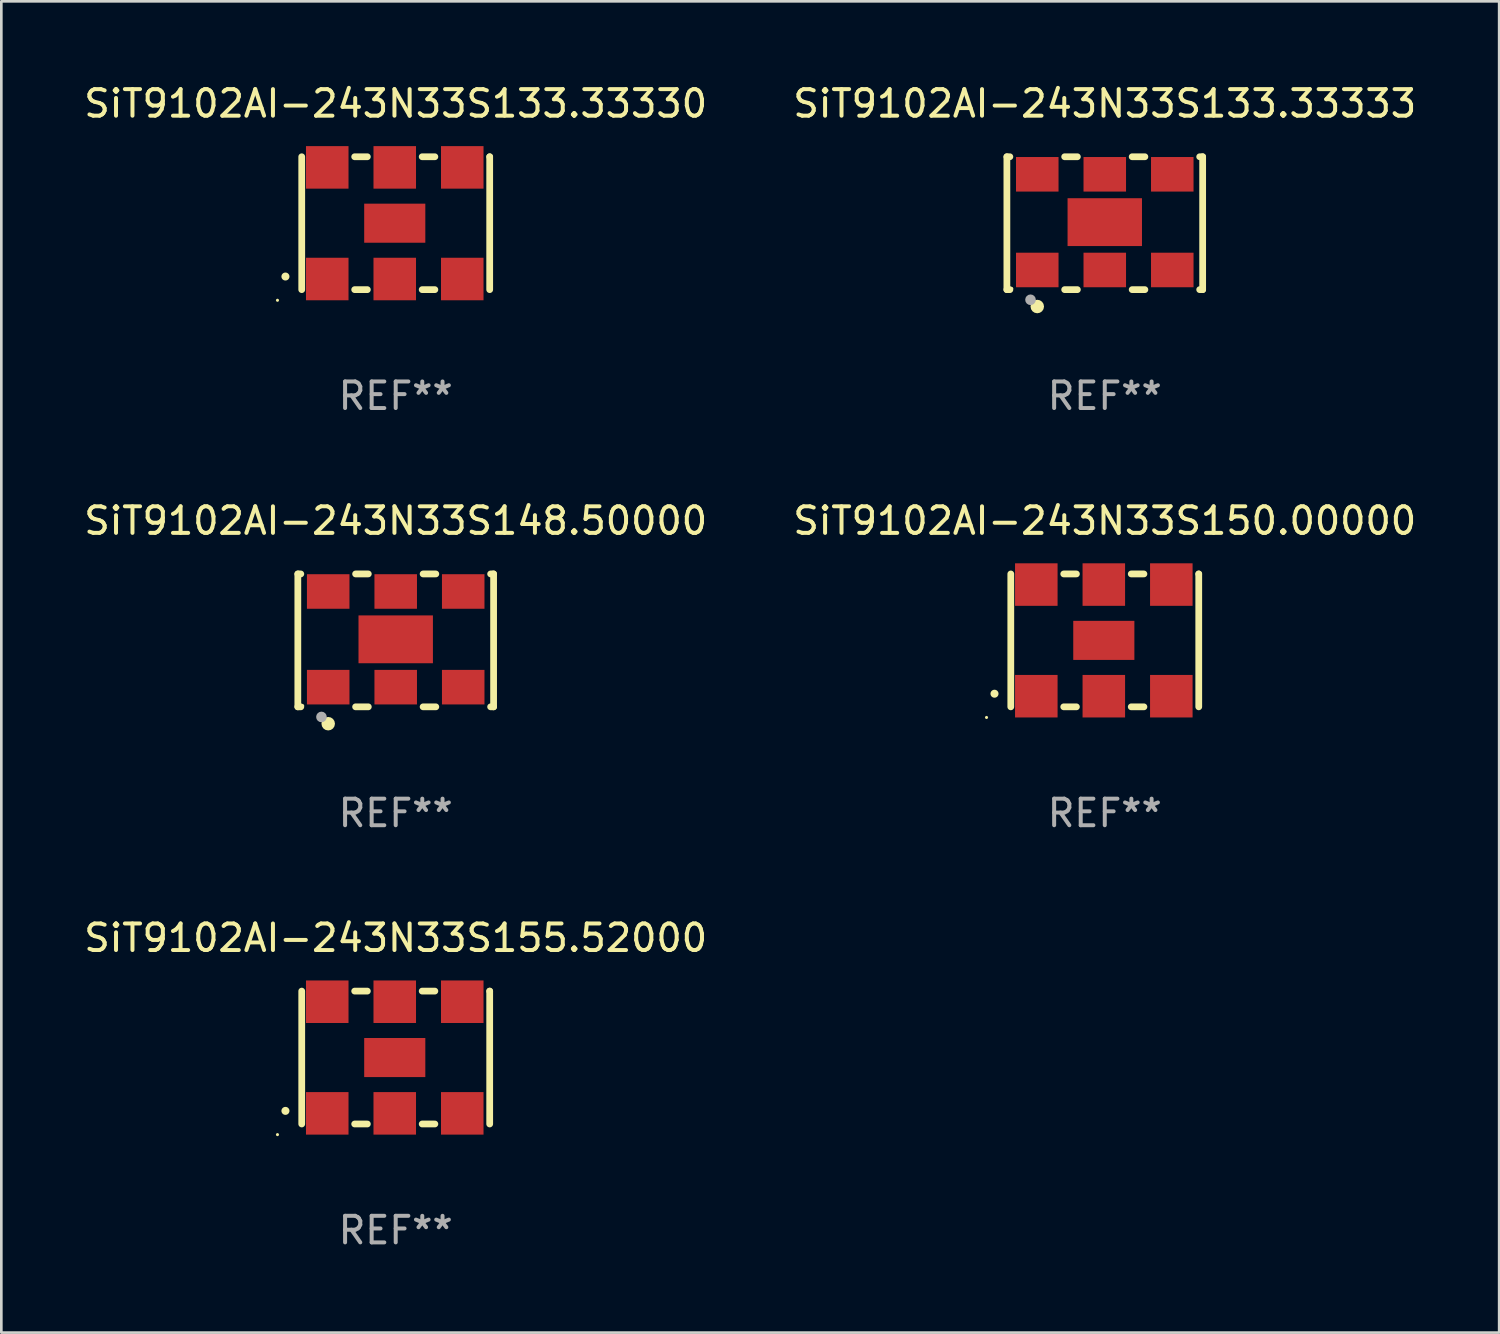
<source format=kicad_pcb>
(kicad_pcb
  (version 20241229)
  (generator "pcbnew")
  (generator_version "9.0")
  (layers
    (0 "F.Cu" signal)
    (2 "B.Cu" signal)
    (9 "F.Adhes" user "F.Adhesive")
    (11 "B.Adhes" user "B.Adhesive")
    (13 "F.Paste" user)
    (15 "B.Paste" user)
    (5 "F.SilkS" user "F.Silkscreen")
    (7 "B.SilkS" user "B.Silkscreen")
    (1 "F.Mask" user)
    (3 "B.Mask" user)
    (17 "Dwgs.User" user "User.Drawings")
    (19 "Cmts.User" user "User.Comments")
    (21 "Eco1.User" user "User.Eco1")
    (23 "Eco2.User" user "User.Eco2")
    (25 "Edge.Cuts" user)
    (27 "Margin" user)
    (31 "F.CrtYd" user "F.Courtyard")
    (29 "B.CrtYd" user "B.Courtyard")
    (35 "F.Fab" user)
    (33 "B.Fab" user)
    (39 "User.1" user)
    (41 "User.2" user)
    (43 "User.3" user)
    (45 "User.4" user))
  (footprint "SiT9102AI-243N33S133.33333"
    (layer "F.Cu")
    (at 38.518 5.348)
    (property "Reference" "SiT9102AI-243N33S133.33333" (at 0 -4.5 0) (layer "F.SilkS") (effects (font (size 1 1) (thickness 0.15))))
    (attr through_hole)
    (fp_line (start -3.683 -2.5) (end -3.571 -2.5) (stroke (width 0.254) (type solid)) (layer "F.SilkS"))
    (fp_line (start -3.683 2.5) (end -3.683 -2.5) (stroke (width 0.254) (type solid)) (layer "F.SilkS"))
    (fp_line (start -3.683 2.5) (end -3.571 2.5) (stroke (width 0.254) (type solid)) (layer "F.SilkS"))
    (fp_line (start -1.509 -2.5) (end -1.031 -2.5) (stroke (width 0.254) (type solid)) (layer "F.SilkS"))
    (fp_line (start -1.509 2.5) (end -1.031 2.5) (stroke (width 0.254) (type solid)) (layer "F.SilkS"))
    (fp_line (start 1.031 -2.5) (end 1.509 -2.5) (stroke (width 0.254) (type solid)) (layer "F.SilkS"))
    (fp_line (start 1.031 2.5) (end 1.509 2.5) (stroke (width 0.254) (type solid)) (layer "F.SilkS"))
    (fp_line (start 3.571 -2.5) (end 3.683 -2.5) (stroke (width 0.254) (type solid)) (layer "F.SilkS"))
    (fp_line (start 3.571 2.5) (end 3.683 2.5) (stroke (width 0.254) (type solid)) (layer "F.SilkS"))
    (fp_line (start 3.683 2.5) (end 3.683 -2.5) (stroke (width 0.254) (type solid)) (layer "F.SilkS"))
    (fp_circle (center -3.5 2.46) (end -3.47 2.46) (stroke (width 0.06) (type solid)) (fill no) (layer "F.SilkS"))
    (fp_circle (center -2.54 3.135) (end -2.413 3.135) (stroke (width 0.254) (type solid)) (fill no) (layer "F.SilkS"))
    (fp_circle (center -2.794 2.881) (end -2.694 2.881) (stroke (width 0.2) (type solid)) (fill no) (layer "F.Fab"))
    (fp_text user "REF**" (at 0 6.5 0) (layer "F.Fab") (effects (font (size 1 1) (thickness 0.15))))
    (pad "1" smd rect (at -2.54 1.76) (size 1.6 1.3) (layers "F.Cu" "F.Mask" "F.Paste"))
    (pad "2" smd rect (at 0 1.76) (size 1.6 1.3) (layers "F.Cu" "F.Mask" "F.Paste"))
    (pad "3" smd rect (at 2.54 1.76) (size 1.6 1.3) (layers "F.Cu" "F.Mask" "F.Paste"))
    (pad "4" smd rect (at 2.54 -1.84) (size 1.6 1.3) (layers "F.Cu" "F.Mask" "F.Paste"))
    (pad "5" smd rect (at 0 -1.84) (size 1.6 1.3) (layers "F.Cu" "F.Mask" "F.Paste"))
    (pad "6" smd rect (at -2.54 -1.84) (size 1.6 1.3) (layers "F.Cu" "F.Mask" "F.Paste"))
    (pad "7" smd rect (at 0 -0.04) (size 2.8 1.8) (layers "F.Cu" "F.Mask" "F.Paste")))
  (footprint "SiT9102AI-243N33S155.52000"
    (layer "F.Cu")
    (at 11.839 36.741)
    (property "Reference" "SiT9102AI-243N33S155.52000" (at 0 -4.5 0) (layer "F.SilkS") (effects (font (size 1 1) (thickness 0.15))))
    (attr through_hole)
    (fp_line (start -3.536 -2.5) (end -3.536 2.5) (stroke (width 0.254) (type solid)) (layer "F.SilkS"))
    (fp_line (start -1.544 2.5) (end -1.067 2.5) (stroke (width 0.254) (type solid)) (layer "F.SilkS"))
    (fp_line (start -1.067 -2.5) (end -1.544 -2.5) (stroke (width 0.254) (type solid)) (layer "F.SilkS"))
    (fp_line (start 0.996 2.5) (end 1.473 2.5) (stroke (width 0.254) (type solid)) (layer "F.SilkS"))
    (fp_line (start 1.473 -2.5) (end 0.996 -2.5) (stroke (width 0.254) (type solid)) (layer "F.SilkS"))
    (fp_line (start 3.536 -2.5) (end 3.536 -2.5) (stroke (width 0.254) (type solid)) (layer "F.SilkS"))
    (fp_line (start 3.536 2.5) (end 3.536 -2.5) (stroke (width 0.254) (type solid)) (layer "F.SilkS"))
    (fp_arc (start -4.150432 2.006604) (mid -4.149162 2.006599) (end -4.147892 2.006604) (stroke (width 0.3) (type solid)) (layer "F.SilkS"))
    (fp_circle (center -4.449 2.9) (end -4.419 2.9) (stroke (width 0.06) (type solid)) (fill no) (layer "F.SilkS"))
    (fp_text user "REF**" (at 0 6.5 0) (layer "F.Fab") (effects (font (size 1 1) (thickness 0.15))))
    (pad "1" smd rect (at -2.576 2.1) (size 1.6 1.6) (layers "F.Cu" "F.Mask" "F.Paste"))
    (pad "2" smd rect (at -0.036 2.1) (size 1.6 1.6) (layers "F.Cu" "F.Mask" "F.Paste"))
    (pad "3" smd rect (at 2.504 2.1) (size 1.6 1.6) (layers "F.Cu" "F.Mask" "F.Paste"))
    (pad "4" smd rect (at 2.504 -2.1) (size 1.6 1.6) (layers "F.Cu" "F.Mask" "F.Paste"))
    (pad "5" smd rect (at -0.036 -2.1) (size 1.6 1.6) (layers "F.Cu" "F.Mask" "F.Paste"))
    (pad "6" smd rect (at -2.576 -2.1) (size 1.6 1.6) (layers "F.Cu" "F.Mask" "F.Paste"))
    (pad "7" smd rect (at -0.036 0) (size 2.3 1.47) (layers "F.Cu" "F.Mask" "F.Paste")))
  (footprint "SiT9102AI-243N33S148.50000"
    (layer "F.Cu")
    (at 11.839 21.045)
    (property "Reference" "SiT9102AI-243N33S148.50000" (at 0 -4.5 0) (layer "F.SilkS") (effects (font (size 1 1) (thickness 0.15))))
    (attr through_hole)
    (fp_line (start -3.683 -2.5) (end -3.571 -2.5) (stroke (width 0.254) (type solid)) (layer "F.SilkS"))
    (fp_line (start -3.683 2.5) (end -3.683 -2.5) (stroke (width 0.254) (type solid)) (layer "F.SilkS"))
    (fp_line (start -3.683 2.5) (end -3.571 2.5) (stroke (width 0.254) (type solid)) (layer "F.SilkS"))
    (fp_line (start -1.509 -2.5) (end -1.031 -2.5) (stroke (width 0.254) (type solid)) (layer "F.SilkS"))
    (fp_line (start -1.509 2.5) (end -1.031 2.5) (stroke (width 0.254) (type solid)) (layer "F.SilkS"))
    (fp_line (start 1.031 -2.5) (end 1.509 -2.5) (stroke (width 0.254) (type solid)) (layer "F.SilkS"))
    (fp_line (start 1.031 2.5) (end 1.509 2.5) (stroke (width 0.254) (type solid)) (layer "F.SilkS"))
    (fp_line (start 3.571 -2.5) (end 3.683 -2.5) (stroke (width 0.254) (type solid)) (layer "F.SilkS"))
    (fp_line (start 3.571 2.5) (end 3.683 2.5) (stroke (width 0.254) (type solid)) (layer "F.SilkS"))
    (fp_line (start 3.683 2.5) (end 3.683 -2.5) (stroke (width 0.254) (type solid)) (layer "F.SilkS"))
    (fp_circle (center -3.5 2.46) (end -3.47 2.46) (stroke (width 0.06) (type solid)) (fill no) (layer "F.SilkS"))
    (fp_circle (center -2.54 3.135) (end -2.413 3.135) (stroke (width 0.254) (type solid)) (fill no) (layer "F.SilkS"))
    (fp_circle (center -2.794 2.881) (end -2.694 2.881) (stroke (width 0.2) (type solid)) (fill no) (layer "F.Fab"))
    (fp_text user "REF**" (at 0 6.5 0) (layer "F.Fab") (effects (font (size 1 1) (thickness 0.15))))
    (pad "1" smd rect (at -2.54 1.76) (size 1.6 1.3) (layers "F.Cu" "F.Mask" "F.Paste"))
    (pad "2" smd rect (at 0 1.76) (size 1.6 1.3) (layers "F.Cu" "F.Mask" "F.Paste"))
    (pad "3" smd rect (at 2.54 1.76) (size 1.6 1.3) (layers "F.Cu" "F.Mask" "F.Paste"))
    (pad "4" smd rect (at 2.54 -1.84) (size 1.6 1.3) (layers "F.Cu" "F.Mask" "F.Paste"))
    (pad "5" smd rect (at 0 -1.84) (size 1.6 1.3) (layers "F.Cu" "F.Mask" "F.Paste"))
    (pad "6" smd rect (at -2.54 -1.84) (size 1.6 1.3) (layers "F.Cu" "F.Mask" "F.Paste"))
    (pad "7" smd rect (at 0 -0.04) (size 2.8 1.8) (layers "F.Cu" "F.Mask" "F.Paste")))
  (footprint "SiT9102AI-243N33S150.00000"
    (layer "F.Cu")
    (at 38.518 21.045)
    (property "Reference" "SiT9102AI-243N33S150.00000" (at 0 -4.5 0) (layer "F.SilkS") (effects (font (size 1 1) (thickness 0.15))))
    (attr through_hole)
    (fp_line (start -3.536 -2.5) (end -3.536 2.5) (stroke (width 0.254) (type solid)) (layer "F.SilkS"))
    (fp_line (start -1.544 2.5) (end -1.067 2.5) (stroke (width 0.254) (type solid)) (layer "F.SilkS"))
    (fp_line (start -1.067 -2.5) (end -1.544 -2.5) (stroke (width 0.254) (type solid)) (layer "F.SilkS"))
    (fp_line (start 0.996 2.5) (end 1.473 2.5) (stroke (width 0.254) (type solid)) (layer "F.SilkS"))
    (fp_line (start 1.473 -2.5) (end 0.996 -2.5) (stroke (width 0.254) (type solid)) (layer "F.SilkS"))
    (fp_line (start 3.536 -2.5) (end 3.536 -2.5) (stroke (width 0.254) (type solid)) (layer "F.SilkS"))
    (fp_line (start 3.536 2.5) (end 3.536 -2.5) (stroke (width 0.254) (type solid)) (layer "F.SilkS"))
    (fp_arc (start -4.150432 2.006604) (mid -4.149162 2.006599) (end -4.147892 2.006604) (stroke (width 0.3) (type solid)) (layer "F.SilkS"))
    (fp_circle (center -4.449 2.9) (end -4.419 2.9) (stroke (width 0.06) (type solid)) (fill no) (layer "F.SilkS"))
    (fp_text user "REF**" (at 0 6.5 0) (layer "F.Fab") (effects (font (size 1 1) (thickness 0.15))))
    (pad "1" smd rect (at -2.576 2.1) (size 1.6 1.6) (layers "F.Cu" "F.Mask" "F.Paste"))
    (pad "2" smd rect (at -0.036 2.1) (size 1.6 1.6) (layers "F.Cu" "F.Mask" "F.Paste"))
    (pad "3" smd rect (at 2.504 2.1) (size 1.6 1.6) (layers "F.Cu" "F.Mask" "F.Paste"))
    (pad "4" smd rect (at 2.504 -2.1) (size 1.6 1.6) (layers "F.Cu" "F.Mask" "F.Paste"))
    (pad "5" smd rect (at -0.036 -2.1) (size 1.6 1.6) (layers "F.Cu" "F.Mask" "F.Paste"))
    (pad "6" smd rect (at -2.576 -2.1) (size 1.6 1.6) (layers "F.Cu" "F.Mask" "F.Paste"))
    (pad "7" smd rect (at -0.036 0) (size 2.3 1.47) (layers "F.Cu" "F.Mask" "F.Paste")))
  (footprint "SiT9102AI-243N33S133.33330"
    (layer "F.Cu")
    (at 11.839 5.348)
    (property "Reference" "SiT9102AI-243N33S133.33330" (at 0 -4.5 0) (layer "F.SilkS") (effects (font (size 1 1) (thickness 0.15))))
    (attr through_hole)
    (fp_line (start -3.536 -2.5) (end -3.536 2.5) (stroke (width 0.254) (type solid)) (layer "F.SilkS"))
    (fp_line (start -1.544 2.5) (end -1.067 2.5) (stroke (width 0.254) (type solid)) (layer "F.SilkS"))
    (fp_line (start -1.067 -2.5) (end -1.544 -2.5) (stroke (width 0.254) (type solid)) (layer "F.SilkS"))
    (fp_line (start 0.996 2.5) (end 1.473 2.5) (stroke (width 0.254) (type solid)) (layer "F.SilkS"))
    (fp_line (start 1.473 -2.5) (end 0.996 -2.5) (stroke (width 0.254) (type solid)) (layer "F.SilkS"))
    (fp_line (start 3.536 -2.5) (end 3.536 -2.5) (stroke (width 0.254) (type solid)) (layer "F.SilkS"))
    (fp_line (start 3.536 2.5) (end 3.536 -2.5) (stroke (width 0.254) (type solid)) (layer "F.SilkS"))
    (fp_arc (start -4.150432 2.006604) (mid -4.149162 2.006599) (end -4.147892 2.006604) (stroke (width 0.3) (type solid)) (layer "F.SilkS"))
    (fp_circle (center -4.449 2.9) (end -4.419 2.9) (stroke (width 0.06) (type solid)) (fill no) (layer "F.SilkS"))
    (fp_text user "REF**" (at 0 6.5 0) (layer "F.Fab") (effects (font (size 1 1) (thickness 0.15))))
    (pad "1" smd rect (at -2.576 2.1) (size 1.6 1.6) (layers "F.Cu" "F.Mask" "F.Paste"))
    (pad "2" smd rect (at -0.036 2.1) (size 1.6 1.6) (layers "F.Cu" "F.Mask" "F.Paste"))
    (pad "3" smd rect (at 2.504 2.1) (size 1.6 1.6) (layers "F.Cu" "F.Mask" "F.Paste"))
    (pad "4" smd rect (at 2.504 -2.1) (size 1.6 1.6) (layers "F.Cu" "F.Mask" "F.Paste"))
    (pad "5" smd rect (at -0.036 -2.1) (size 1.6 1.6) (layers "F.Cu" "F.Mask" "F.Paste"))
    (pad "6" smd rect (at -2.576 -2.1) (size 1.6 1.6) (layers "F.Cu" "F.Mask" "F.Paste"))
    (pad "7" smd rect (at -0.036 0) (size 2.3 1.47) (layers "F.Cu" "F.Mask" "F.Paste")))
  (gr_rect
    (start -3 -3)
    (end 53.357 47.09)
    (stroke (width 0.1) (type default))
    (fill no)
    (layer "Edge.Cuts")))
</source>
